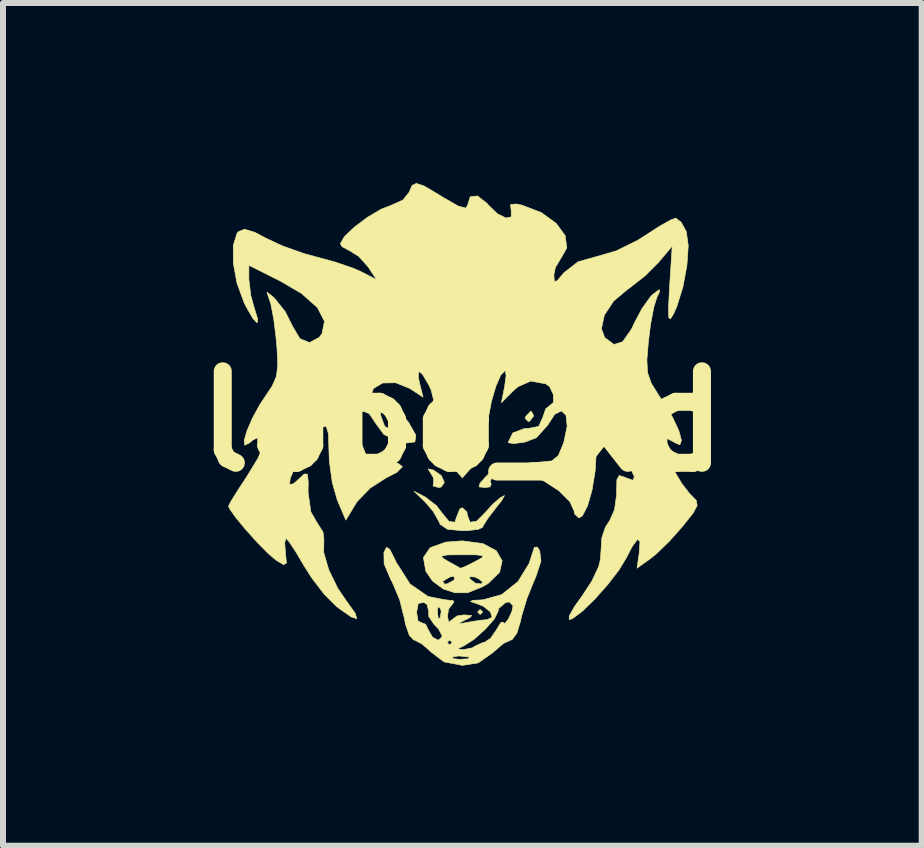
<source format=kicad_pcb>
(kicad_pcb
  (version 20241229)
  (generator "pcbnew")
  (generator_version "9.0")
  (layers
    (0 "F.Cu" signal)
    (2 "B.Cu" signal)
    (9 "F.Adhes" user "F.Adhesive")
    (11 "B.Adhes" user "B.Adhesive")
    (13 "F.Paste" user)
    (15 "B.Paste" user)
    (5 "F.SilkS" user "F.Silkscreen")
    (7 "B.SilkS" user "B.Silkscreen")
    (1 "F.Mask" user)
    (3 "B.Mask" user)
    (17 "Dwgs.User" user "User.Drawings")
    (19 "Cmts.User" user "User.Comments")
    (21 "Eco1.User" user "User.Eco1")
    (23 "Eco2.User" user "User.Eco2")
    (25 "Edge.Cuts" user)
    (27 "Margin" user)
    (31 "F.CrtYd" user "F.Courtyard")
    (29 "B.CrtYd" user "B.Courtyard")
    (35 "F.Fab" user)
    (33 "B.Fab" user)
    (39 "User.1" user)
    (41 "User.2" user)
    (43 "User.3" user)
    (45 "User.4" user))
  (footprint "lobo_xd"
    (layer "F.Cu")
    (at 4.652 3.97)
    (property "Reference" "lobo_xd" (at 0 0 0) (layer "F.SilkS") (effects (font (size 1.524 1.524) (thickness 0.3))))
    (attr through_hole)
    (fp_poly (pts (xy 0.339 3.175) (xy 0.296 3.217) (xy 0.254 3.175) (xy 0.296 3.133) (xy 0.339 3.175)) (stroke (width 0.01) (type solid)) (fill yes) (layer "F.SilkS"))
    (fp_poly (pts (xy 1.184 -0.104) (xy 1.185 -0.085) (xy 1.12 -0.003) (xy 1.096 0) (xy 1.045 -0.052) (xy 1.058 -0.085) (xy 1.134 -0.165) (xy 1.148 -0.169) (xy 1.184 -0.104)) (stroke (width 0.01) (type solid)) (fill yes) (layer "F.SilkS"))
    (fp_poly (pts (xy -0.485 0.809) (xy -0.484 0.809) (xy -0.35 0.903) (xy -0.3 1.017) (xy -0.351 1.093) (xy -0.398 1.101) (xy -0.489 1.075) (xy -0.481 1.045) (xy -0.478 0.943) (xy -0.521 0.874) (xy -0.57 0.792) (xy -0.485 0.809)) (stroke (width 0.01) (type solid)) (fill yes) (layer "F.SilkS"))
    (fp_poly (pts (xy 0.568 0.811) (xy 0.519 0.876) (xy 0.465 0.999) (xy 0.481 1.045) (xy 0.46 1.091) (xy 0.382 1.101) (xy 0.279 1.091) (xy 0.292 1.034) (xy 0.381 0.931) (xy 0.508 0.807) (xy 0.58 0.763) (xy 0.568 0.811)) (stroke (width 0.01) (type solid)) (fill yes) (layer "F.SilkS"))
    (fp_poly (pts (xy -0.616 1.261) (xy -0.429 1.406) (xy -0.338 1.526) (xy -0.225 1.665) (xy -0.126 1.68) (xy -0.085 1.566) (xy -0.039 1.454) (xy 0 1.439) (xy 0.075 1.508) (xy 0.085 1.566) (xy 0.129 1.68) (xy 0.239 1.661) (xy 0.355 1.545) (xy 0.515 1.372) (xy 0.634 1.27) (xy 0.702 1.235) (xy 0.654 1.32) (xy 0.571 1.425) (xy 0.428 1.61) (xy 0.346 1.74) (xy 0.339 1.763) (xy 0.263 1.799) (xy 0.076 1.819) (xy -0.001 1.82) (xy -0.247 1.797) (xy -0.368 1.715) (xy -0.389 1.669) (xy -0.484 1.501) (xy -0.62 1.341) (xy -0.804 1.164) (xy -0.616 1.261)) (stroke (width 0.01) (type solid)) (fill yes) (layer "F.SilkS"))
    (fp_poly (pts (xy 0.341 2.035) (xy 0.566 2.155) (xy 0.663 2.322) (xy 0.621 2.513) (xy 0.429 2.7) (xy 0.337 2.753) (xy 0.089 2.854) (xy -0.122 2.855) (xy -0.318 2.791) (xy -0.493 2.661) (xy -0.326 2.661) (xy -0.306 2.705) (xy -0.259 2.709) (xy -0.144 2.648) (xy -0.128 2.626) (xy -0.139 2.586) (xy 0.12 2.586) (xy 0.128 2.626) (xy 0.218 2.696) (xy 0.315 2.708) (xy 0.339 2.676) (xy 0.272 2.622) (xy 0.207 2.592) (xy 0.12 2.586) (xy -0.139 2.586) (xy -0.141 2.578) (xy -0.207 2.592) (xy -0.326 2.661) (xy -0.493 2.661) (xy -0.498 2.657) (xy -0.608 2.497) (xy -0.649 2.268) (xy -0.631 2.242) (xy -0.347 2.242) (xy -0.319 2.283) (xy -0.24 2.33) (xy -0.09 2.413) (xy -0.031 2.447) (xy 0.043 2.419) (xy 0.205 2.339) (xy 0.207 2.338) (xy 0.329 2.27) (xy 0.339 2.235) (xy 0.218 2.222) (xy -0.003 2.221) (xy -0.248 2.224) (xy -0.347 2.242) (xy -0.631 2.242) (xy -0.537 2.104) (xy -0.279 2.011) (xy 0 1.99) (xy 0.341 2.035)) (stroke (width 0.01) (type solid)) (fill yes) (layer "F.SilkS"))
    (fp_poly (pts (xy 1.288 2.152) (xy 1.31 2.326) (xy 1.222 2.595) (xy 1.197 2.649) (xy 1.076 2.949) (xy 0.984 3.253) (xy 0.97 3.323) (xy 0.909 3.527) (xy 0.829 3.635) (xy 0.81 3.641) (xy 0.686 3.698) (xy 0.523 3.837) (xy 0.508 3.852) (xy 0.263 4.023) (xy 0 4.064) (xy -0.304 4.006) (xy -0.381 3.948) (xy -0.181 3.948) (xy -0.069 3.962) (xy -0.042 3.963) (xy 0.102 3.954) (xy 0.115 3.927) (xy 0.107 3.924) (xy -0.061 3.907) (xy -0.147 3.921) (xy -0.181 3.948) (xy -0.381 3.948) (xy -0.508 3.852) (xy -0.579 3.789) (xy -0.08 3.789) (xy 0.006 3.803) (xy 0.007 3.803) (xy 0.164 3.773) (xy 0.205 3.747) (xy 0.342 3.684) (xy 0.364 3.683) (xy 0.469 3.615) (xy 0.568 3.471) (xy 0.644 3.347) (xy 0.677 3.344) (xy 0.677 3.344) (xy 0.707 3.368) (xy 0.768 3.291) (xy 0.825 3.168) (xy 0.845 3.072) (xy 0.785 3.007) (xy 0.72 3.017) (xy 0.607 3.115) (xy 0.593 3.168) (xy 0.532 3.292) (xy 0.382 3.462) (xy 0.196 3.629) (xy 0.024 3.74) (xy 0 3.75) (xy -0.08 3.789) (xy -0.579 3.789) (xy -0.671 3.708) (xy -0.72 3.683) (xy -0.254 3.683) (xy -0.212 3.725) (xy -0.169 3.683) (xy -0.212 3.641) (xy -0.254 3.683) (xy -0.72 3.683) (xy -0.801 3.641) (xy -0.809 3.641) (xy -0.883 3.565) (xy -0.948 3.376) (xy -0.966 3.278) (xy -0.991 3.183) (xy -0.762 3.183) (xy -0.738 3.325) (xy -0.687 3.35) (xy -0.61 3.38) (xy -0.568 3.472) (xy -0.496 3.596) (xy -0.4 3.645) (xy -0.341 3.592) (xy -0.339 3.566) (xy -0.397 3.457) (xy -0.47 3.383) (xy -0.56 3.248) (xy -0.56 3.168) (xy -0.56 3.168) (xy -0.417 3.168) (xy -0.401 3.278) (xy -0.372 3.279) (xy -0.352 3.166) (xy -0.365 3.117) (xy -0.403 3.085) (xy -0.417 3.168) (xy -0.56 3.168) (xy -0.587 3.05) (xy -0.64 3.015) (xy -0.735 3.032) (xy -0.762 3.183) (xy -0.991 3.183) (xy -1.044 2.97) (xy -1.167 2.679) (xy -1.191 2.636) (xy -1.303 2.375) (xy -1.307 2.184) (xy -1.264 2.098) (xy -1.21 2.13) (xy -1.123 2.3) (xy -1.101 2.349) (xy -0.871 2.709) (xy -0.572 2.916) (xy -0.299 2.97) (xy -0.153 2.986) (xy -0.14 3.016) (xy -0.148 3.019) (xy -0.23 3.128) (xy -0.247 3.246) (xy -0.227 3.348) (xy -0.198 3.323) (xy -0.089 3.241) (xy 0.028 3.223) (xy 0.157 3.233) (xy 0.125 3.269) (xy 0.042 3.31) (xy -0.059 3.363) (xy -0.01 3.365) (xy 0.085 3.347) (xy 0.292 3.313) (xy 0.409 3.303) (xy 0.496 3.263) (xy 0.467 3.173) (xy 0.35 3.079) (xy 0.248 3.038) (xy 0.137 3) (xy 0.17 2.981) (xy 0.344 2.972) (xy 0.655 2.885) (xy 0.927 2.669) (xy 1.114 2.363) (xy 1.149 2.254) (xy 1.199 2.099) (xy 1.248 2.092) (xy 1.288 2.152)) (stroke (width 0.01) (type solid)) (fill yes) (layer "F.SilkS"))
    (fp_poly (pts (xy -0.632 -3.919) (xy -0.404 -3.784) (xy -0.313 -3.727) (xy -0.07 -3.588) (xy 0.057 -3.553) (xy 0.085 -3.595) (xy 0.132 -3.742) (xy 0.251 -3.756) (xy 0.407 -3.636) (xy 0.433 -3.605) (xy 0.585 -3.458) (xy 0.726 -3.389) (xy 0.816 -3.408) (xy 0.813 -3.521) (xy 0.812 -3.523) (xy 0.803 -3.614) (xy 0.901 -3.622) (xy 0.994 -3.602) (xy 1.317 -3.478) (xy 1.564 -3.299) (xy 1.713 -3.094) (xy 1.74 -2.891) (xy 1.662 -2.751) (xy 1.55 -2.565) (xy 1.524 -2.438) (xy 1.533 -2.33) (xy 1.581 -2.344) (xy 1.692 -2.476) (xy 1.927 -2.659) (xy 2.24 -2.747) (xy 2.564 -2.841) (xy 2.919 -3.016) (xy 3.043 -3.095) (xy 3.283 -3.25) (xy 3.472 -3.356) (xy 3.556 -3.387) (xy 3.647 -3.316) (xy 3.731 -3.161) (xy 3.763 -2.927) (xy 3.741 -2.599) (xy 3.674 -2.238) (xy 3.571 -1.908) (xy 3.516 -1.786) (xy 3.465 -1.707) (xy 3.439 -1.73) (xy 3.434 -1.876) (xy 3.448 -2.165) (xy 3.453 -2.252) (xy 3.496 -2.921) (xy 3.269 -2.651) (xy 3.041 -2.423) (xy 2.787 -2.224) (xy 2.758 -2.205) (xy 2.519 -2.004) (xy 2.365 -1.769) (xy 2.317 -1.544) (xy 2.371 -1.397) (xy 2.524 -1.282) (xy 2.67 -1.326) (xy 2.816 -1.534) (xy 2.861 -1.63) (xy 2.992 -1.878) (xy 3.131 -2.073) (xy 3.175 -2.117) (xy 3.283 -2.197) (xy 3.282 -2.154) (xy 3.243 -2.074) (xy 3.19 -1.905) (xy 3.137 -1.628) (xy 3.1 -1.335) (xy 3.074 -1.024) (xy 3.085 -0.813) (xy 3.148 -0.634) (xy 3.281 -0.42) (xy 3.342 -0.33) (xy 3.502 -0.069) (xy 3.607 0.156) (xy 3.65 0.318) (xy 3.623 0.39) (xy 3.52 0.344) (xy 3.512 0.337) (xy 3.385 0.271) (xy 3.333 0.28) (xy 3.335 0.383) (xy 3.406 0.577) (xy 3.522 0.812) (xy 3.658 1.038) (xy 3.789 1.207) (xy 3.809 1.227) (xy 3.897 1.317) (xy 3.912 1.402) (xy 3.845 1.526) (xy 3.681 1.732) (xy 3.667 1.75) (xy 3.452 1.992) (xy 3.237 2.201) (xy 3.135 2.284) (xy 2.91 2.445) (xy 2.946 2.196) (xy 2.959 2.001) (xy 2.918 1.965) (xy 2.828 2.087) (xy 2.736 2.265) (xy 2.609 2.475) (xy 2.42 2.72) (xy 2.205 2.962) (xy 1.999 3.162) (xy 1.837 3.283) (xy 1.781 3.302) (xy 1.78 3.242) (xy 1.867 3.087) (xy 1.99 2.915) (xy 2.158 2.66) (xy 2.271 2.419) (xy 2.3 2.301) (xy 2.315 2.074) (xy 2.324 1.936) (xy 2.384 1.76) (xy 2.456 1.65) (xy 2.535 1.47) (xy 2.57 1.219) (xy 2.57 1.177) (xy 2.574 0.972) (xy 2.613 0.901) (xy 2.708 0.931) (xy 2.72 0.937) (xy 2.842 0.981) (xy 2.865 0.922) (xy 2.789 0.751) (xy 2.633 0.492) (xy 2.448 0.215) (xy 2.328 0.087) (xy 2.262 0.108) (xy 2.235 0.278) (xy 2.232 0.49) (xy 2.213 0.822) (xy 2.161 1.142) (xy 2.086 1.406) (xy 2 1.573) (xy 1.941 1.609) (xy 1.869 1.541) (xy 1.863 1.496) (xy 1.792 1.338) (xy 1.611 1.157) (xy 1.367 0.997) (xy 1.203 0.925) (xy 1.018 0.83) (xy 0.994 0.746) (xy 1.125 0.69) (xy 1.304 0.677) (xy 1.49 0.658) (xy 1.599 0.569) (xy 1.685 0.365) (xy 1.69 0.348) (xy 1.746 0.08) (xy 1.727 -0.101) (xy 1.651 -0.175) (xy 1.539 -0.119) (xy 1.423 0.06) (xy 1.234 0.272) (xy 1.037 0.346) (xy 0.852 0.37) (xy 0.764 0.354) (xy 0.763 0.349) (xy 0.841 0.192) (xy 1.033 0.119) (xy 1.101 0.117) (xy 1.272 0.083) (xy 1.339 -0.064) (xy 1.39 -0.212) (xy 1.445 -0.254) (xy 1.517 -0.315) (xy 1.515 -0.449) (xy 1.453 -0.58) (xy 1.39 -0.626) (xy 1.14 -0.672) (xy 0.926 -0.578) (xy 0.833 -0.495) (xy 0.651 -0.312) (xy 0.704 -0.579) (xy 0.729 -0.762) (xy 0.716 -0.846) (xy 0.713 -0.847) (xy 0.639 -0.771) (xy 0.557 -0.581) (xy 0.483 -0.326) (xy 0.433 -0.059) (xy 0.421 0.103) (xy 0.37 0.439) (xy 0.209 0.703) (xy 0 0.941) (xy -0.209 0.703) (xy -0.356 0.478) (xy -0.415 0.201) (xy -0.421 0.059) (xy -0.45 -0.245) (xy -0.52 -0.522) (xy -0.553 -0.597) (xy -0.667 -0.79) (xy -0.73 -0.834) (xy -0.732 -0.727) (xy -0.71 -0.625) (xy -0.654 -0.404) (xy -0.877 -0.55) (xy -1.11 -0.644) (xy -1.328 -0.64) (xy -1.482 -0.548) (xy -1.524 -0.422) (xy -1.488 -0.285) (xy -1.439 -0.254) (xy -1.371 -0.183) (xy -1.355 -0.082) (xy -1.293 0.084) (xy -1.151 0.154) (xy -0.996 0.097) (xy -0.989 0.09) (xy -0.935 0.013) (xy -1.005 0.015) (xy -1.133 -0.021) (xy -1.161 -0.064) (xy -1.161 -0.16) (xy -1.079 -0.154) (xy -0.958 -0.06) (xy -0.894 0.019) (xy -0.775 0.23) (xy -0.79 0.342) (xy -0.942 0.361) (xy -1.037 0.346) (xy -1.306 0.218) (xy -1.423 0.06) (xy -1.551 -0.13) (xy -1.66 -0.173) (xy -1.731 -0.088) (xy -1.745 0.102) (xy -1.69 0.348) (xy -1.603 0.561) (xy -1.497 0.656) (xy -1.318 0.677) (xy -1.313 0.677) (xy -1.073 0.697) (xy -0.998 0.754) (xy -1.089 0.847) (xy -1.269 0.94) (xy -1.532 1.108) (xy -1.746 1.327) (xy -1.773 1.367) (xy -1.941 1.644) (xy -2.083 1.309) (xy -2.167 1.017) (xy -2.216 0.658) (xy -2.222 0.487) (xy -2.23 0.209) (xy -2.268 0.08) (xy -2.349 0.1) (xy -2.487 0.27) (xy -2.633 0.492) (xy -2.782 0.751) (xy -2.866 0.944) (xy -2.879 1.048) (xy -2.816 1.041) (xy -2.746 0.98) (xy -2.633 0.876) (xy -2.58 0.88) (xy -2.567 1.014) (xy -2.57 1.178) (xy -2.524 1.507) (xy -2.424 1.681) (xy -2.321 1.845) (xy -2.306 1.964) (xy -2.31 2.18) (xy -2.226 2.471) (xy -2.075 2.781) (xy -1.936 2.985) (xy -1.786 3.194) (xy -1.758 3.285) (xy -1.848 3.259) (xy -2.057 3.113) (xy -2.1 3.079) (xy -2.3 2.88) (xy -2.513 2.601) (xy -2.638 2.403) (xy -2.779 2.165) (xy -2.889 2) (xy -2.939 1.947) (xy -2.959 2.02) (xy -2.947 2.193) (xy -2.93 2.36) (xy -2.978 2.386) (xy -3.101 2.313) (xy -3.236 2.199) (xy -3.418 2.014) (xy -3.61 1.8) (xy -3.776 1.599) (xy -3.879 1.453) (xy -3.895 1.412) (xy -3.851 1.326) (xy -3.737 1.143) (xy -3.598 0.931) (xy -3.402 0.61) (xy -3.31 0.384) (xy -3.324 0.268) (xy -3.37 0.254) (xy -3.483 0.306) (xy -3.55 0.36) (xy -3.626 0.397) (xy -3.634 0.317) (xy -3.587 0.155) (xy -3.496 -0.056) (xy -3.372 -0.282) (xy -3.296 -0.396) (xy -3.167 -0.59) (xy -3.097 -0.752) (xy -3.075 -0.941) (xy -3.087 -1.214) (xy -3.101 -1.37) (xy -3.14 -1.692) (xy -3.19 -1.957) (xy -3.242 -2.111) (xy -3.245 -2.117) (xy -3.254 -2.153) (xy -3.163 -2.083) (xy -3.128 -2.051) (xy -2.949 -1.826) (xy -2.829 -1.585) (xy -2.706 -1.378) (xy -2.546 -1.313) (xy -2.384 -1.399) (xy -2.338 -1.461) (xy -2.297 -1.668) (xy -2.414 -1.896) (xy -2.678 -2.131) (xy -3.03 -2.337) (xy -3.556 -2.601) (xy -3.556 -2.364) (xy -3.524 -2.097) (xy -3.469 -1.899) (xy -3.408 -1.701) (xy -3.419 -1.642) (xy -3.489 -1.715) (xy -3.603 -1.913) (xy -3.636 -1.98) (xy -3.754 -2.302) (xy -3.815 -2.637) (xy -3.816 -2.932) (xy -3.752 -3.136) (xy -3.732 -3.16) (xy -3.628 -3.201) (xy -3.459 -3.151) (xy -3.284 -3.058) (xy -2.996 -2.923) (xy -2.641 -2.797) (xy -2.437 -2.741) (xy -2.116 -2.654) (xy -1.824 -2.554) (xy -1.684 -2.493) (xy -1.429 -2.361) (xy -1.569 -2.574) (xy -1.723 -2.747) (xy -1.87 -2.839) (xy -2.003 -2.911) (xy -2.032 -2.96) (xy -1.965 -3.078) (xy -1.797 -3.238) (xy -1.576 -3.403) (xy -1.351 -3.536) (xy -1.195 -3.596) (xy -0.99 -3.688) (xy -0.887 -3.816) (xy -0.839 -3.929) (xy -0.765 -3.965) (xy -0.632 -3.919)) (stroke (width 0.01) (type solid)) (fill yes) (layer "F.SilkS")))
  (gr_rect
    (start -3 -3)
    (end 12.304 11.039)
    (stroke (width 0.1) (type default))
    (fill no)
    (layer "Edge.Cuts")))
</source>
